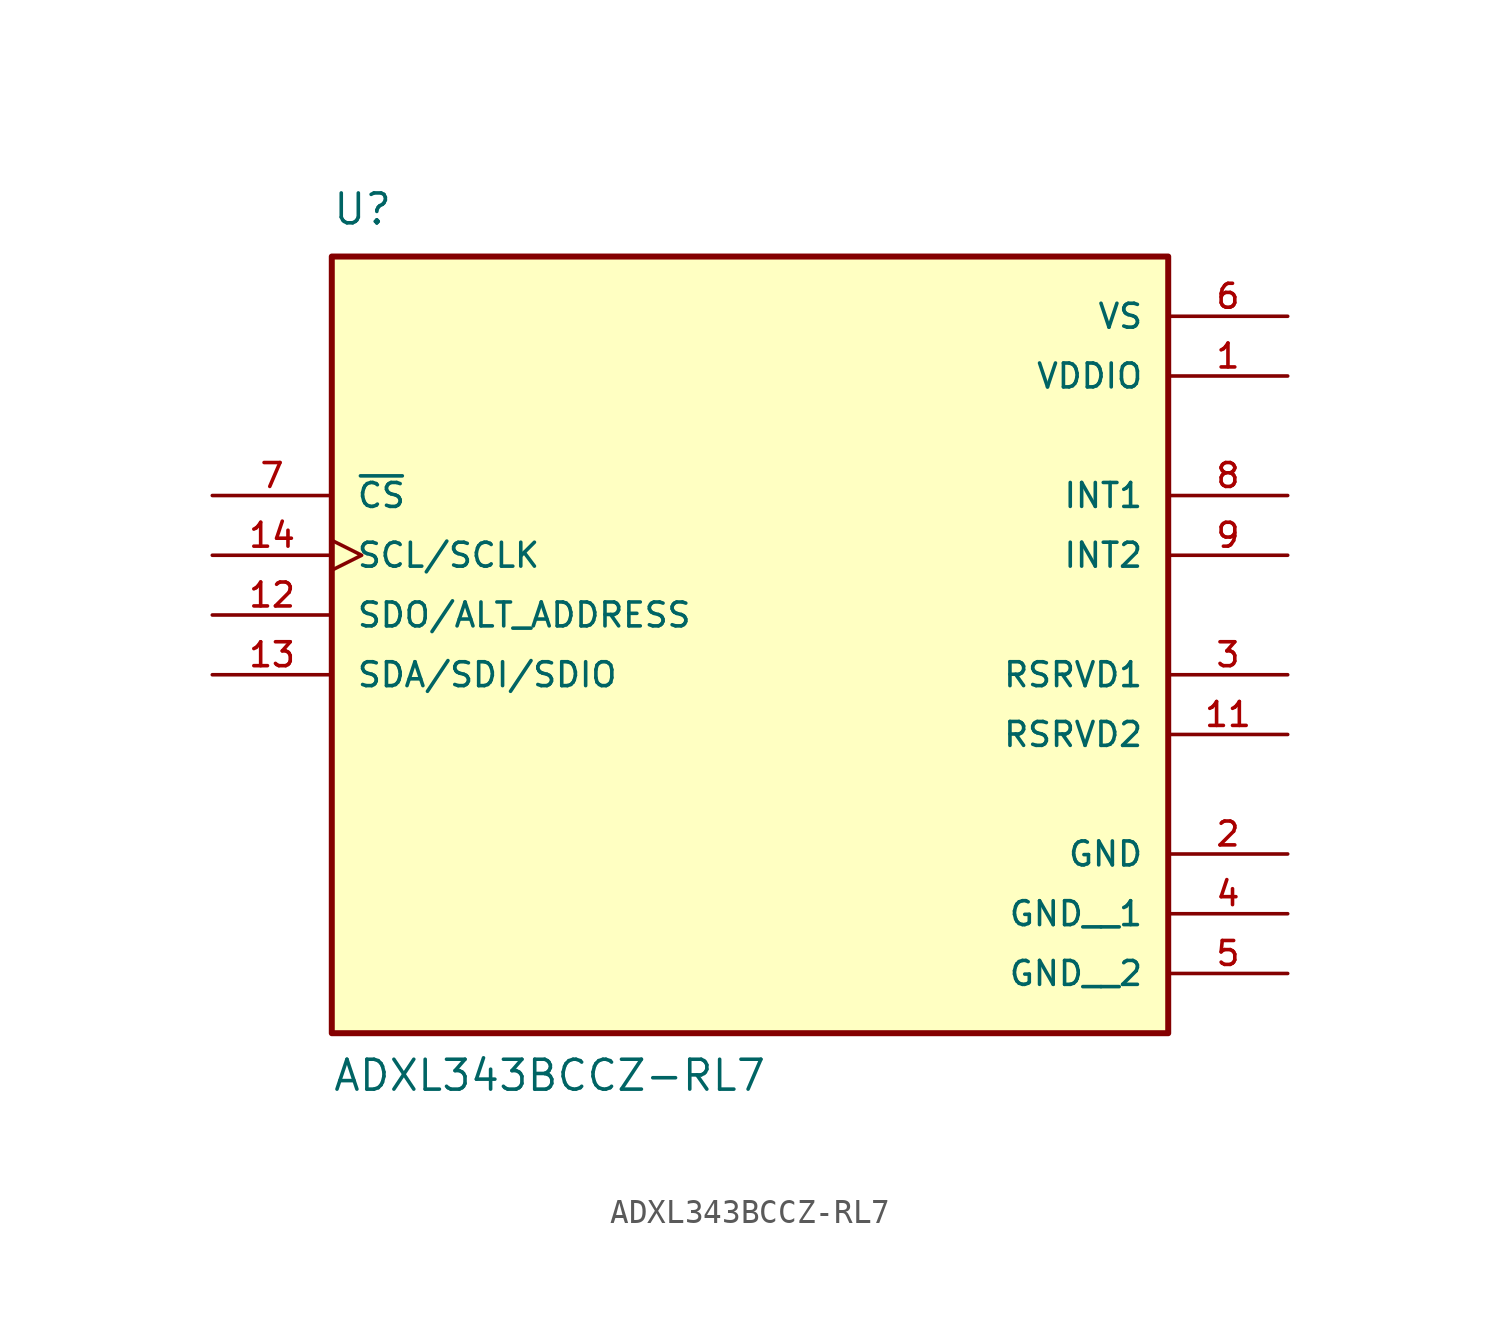
<source format=kicad_sym>
(kicad_symbol_lib
  (version 20231120)
  (generator "kicad_symbol_editor")
  (generator_version "8.0")
  (symbol "ADXL343BCCZ-RL7"
    (pin_names
      (offset 1.016))
    (property "Reference" "U"
      (at -17.78 13.97 0)
      (effects (font (size 1.27 1.27)) (justify left bottom)))
    (property "Value" "ADXL343BCCZ-RL7"
      (at -17.78 -22.86 0)
      (effects (font (size 1.27 1.27)) (justify left bottom)))
    (symbol "ADXL343BCCZ-RL7_0_0"
      (rectangle (start -17.78 -20.32) (end 17.78 12.7) (stroke (width 0.254) (type default)) (fill (type background)))
      (pin power_in line (at 22.86 7.62 180) (length 5.08) (name "VDDIO" (effects (font (size 1.016 1.016)))) (number "1" (effects (font (size 1.016 1.016)))))
      (pin passive line (at 22.86 -7.62 180) (length 5.08) (name "RSRVD2" (effects (font (size 1.016 1.016)))) (number "11" (effects (font (size 1.016 1.016)))))
      (pin bidirectional line (at -22.86 -2.54 0) (length 5.08) (name "SDO/ALT_ADDRESS" (effects (font (size 1.016 1.016)))) (number "12" (effects (font (size 1.016 1.016)))))
      (pin bidirectional line (at -22.86 -5.08 0) (length 5.08) (name "SDA/SDI/SDIO" (effects (font (size 1.016 1.016)))) (number "13" (effects (font (size 1.016 1.016)))))
      (pin input clock (at -22.86 0 0) (length 5.08) (name "SCL/SCLK" (effects (font (size 1.016 1.016)))) (number "14" (effects (font (size 1.016 1.016)))))
      (pin power_in line (at 22.86 -12.7 180) (length 5.08) (name "GND" (effects (font (size 1.016 1.016)))) (number "2" (effects (font (size 1.016 1.016)))))
      (pin passive line (at 22.86 -5.08 180) (length 5.08) (name "RSRVD1" (effects (font (size 1.016 1.016)))) (number "3" (effects (font (size 1.016 1.016)))))
      (pin power_in line (at 22.86 -15.24 180) (length 5.08) (name "GND__1" (effects (font (size 1.016 1.016)))) (number "4" (effects (font (size 1.016 1.016)))))
      (pin power_in line (at 22.86 -17.78 180) (length 5.08) (name "GND__2" (effects (font (size 1.016 1.016)))) (number "5" (effects (font (size 1.016 1.016)))))
      (pin power_in line (at 22.86 10.16 180) (length 5.08) (name "VS" (effects (font (size 1.016 1.016)))) (number "6" (effects (font (size 1.016 1.016)))))
      (pin input line (at -22.86 2.54 0) (length 5.08) (name "~{CS}" (effects (font (size 1.016 1.016)))) (number "7" (effects (font (size 1.016 1.016)))))
      (pin output line (at 22.86 2.54 180) (length 5.08) (name "INT1" (effects (font (size 1.016 1.016)))) (number "8" (effects (font (size 1.016 1.016)))))
      (pin output line (at 22.86 0 180) (length 5.08) (name "INT2" (effects (font (size 1.016 1.016)))) (number "9" (effects (font (size 1.016 1.016))))))))
</source>
